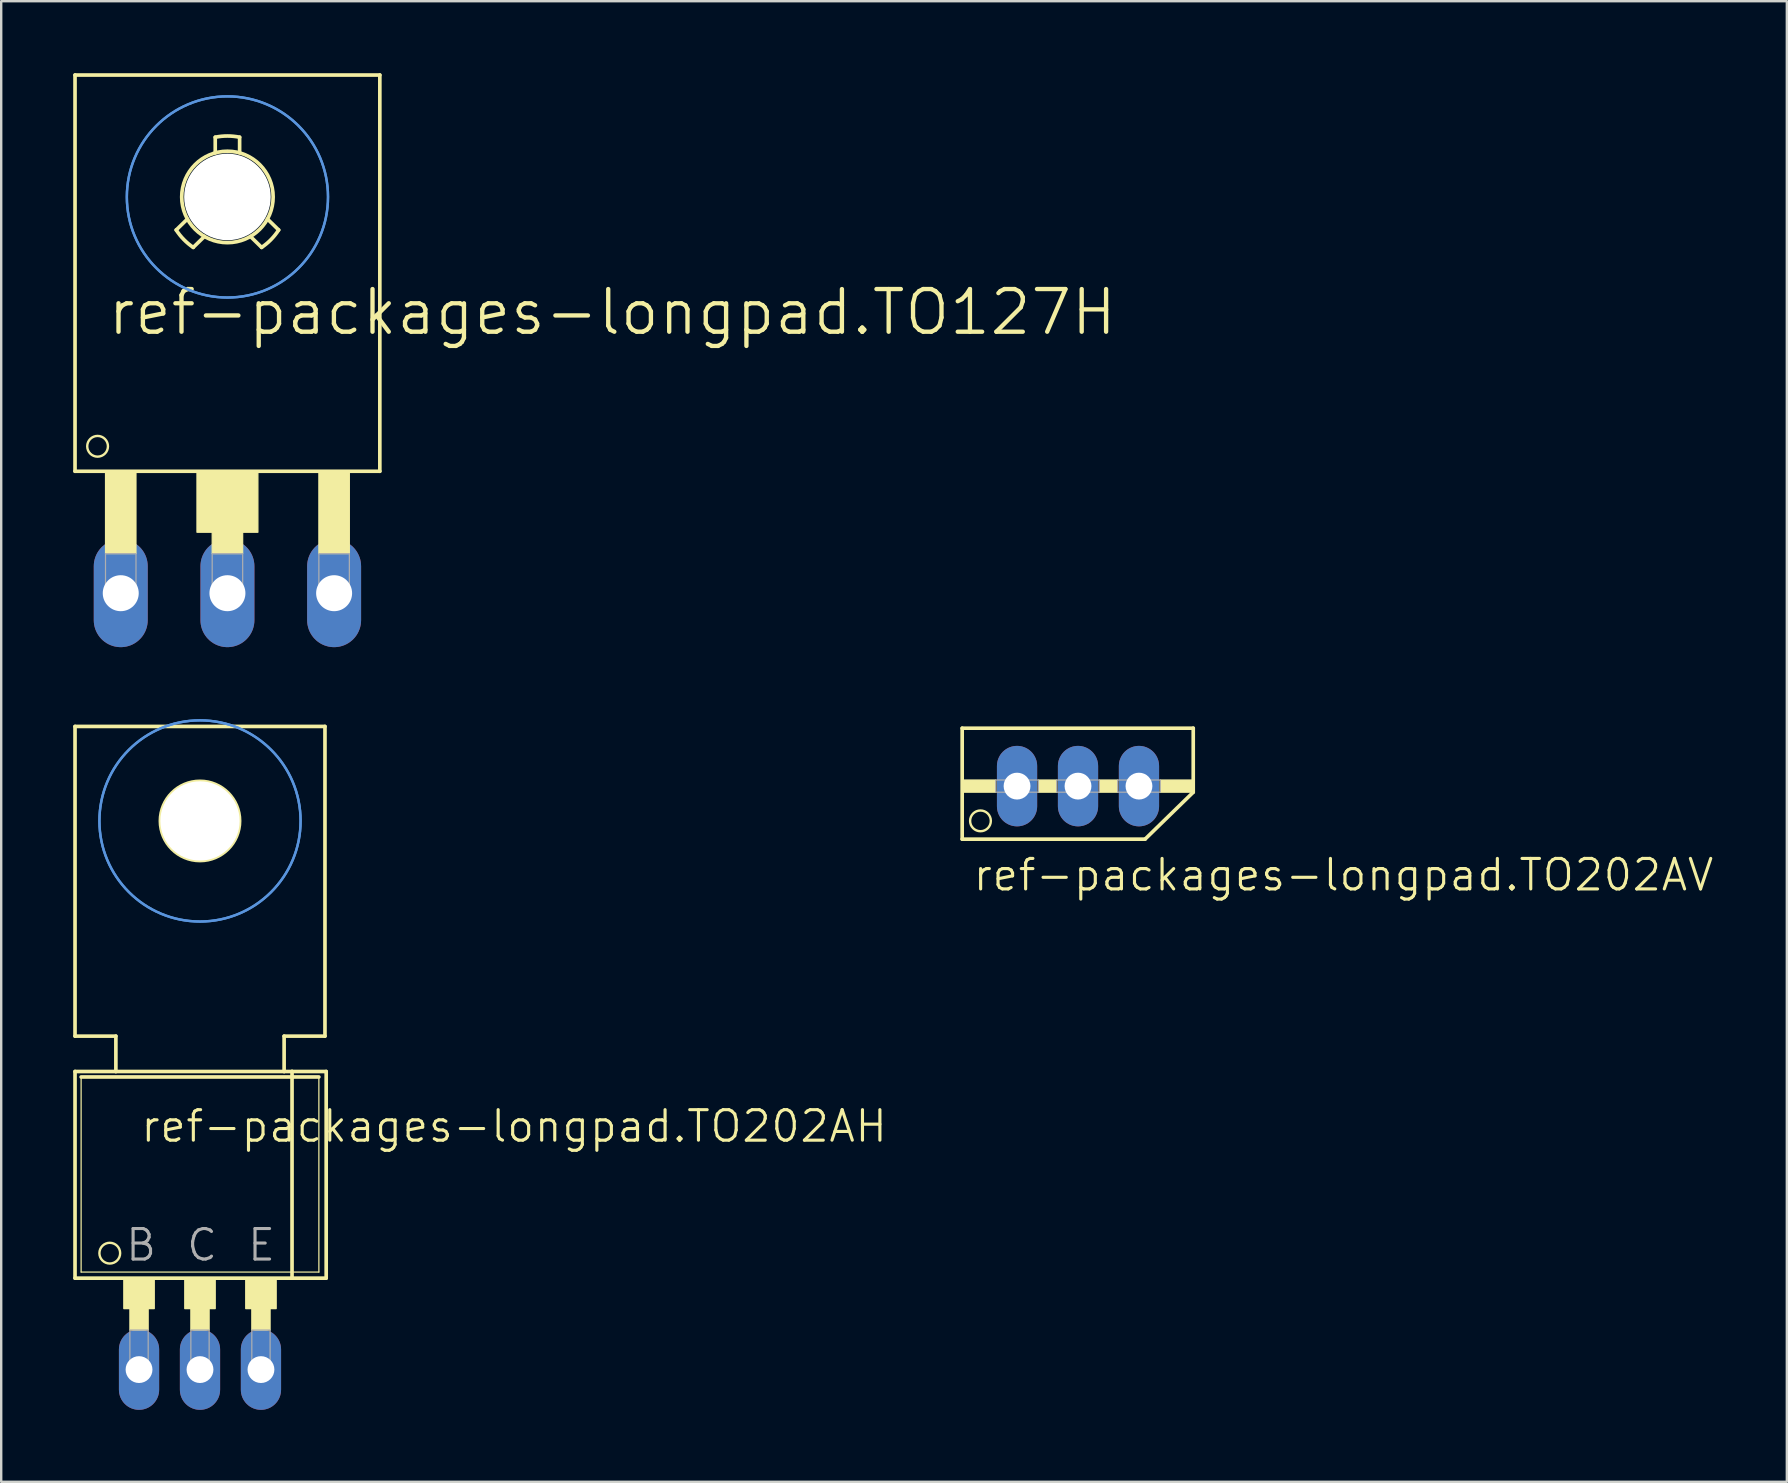
<source format=kicad_pcb>
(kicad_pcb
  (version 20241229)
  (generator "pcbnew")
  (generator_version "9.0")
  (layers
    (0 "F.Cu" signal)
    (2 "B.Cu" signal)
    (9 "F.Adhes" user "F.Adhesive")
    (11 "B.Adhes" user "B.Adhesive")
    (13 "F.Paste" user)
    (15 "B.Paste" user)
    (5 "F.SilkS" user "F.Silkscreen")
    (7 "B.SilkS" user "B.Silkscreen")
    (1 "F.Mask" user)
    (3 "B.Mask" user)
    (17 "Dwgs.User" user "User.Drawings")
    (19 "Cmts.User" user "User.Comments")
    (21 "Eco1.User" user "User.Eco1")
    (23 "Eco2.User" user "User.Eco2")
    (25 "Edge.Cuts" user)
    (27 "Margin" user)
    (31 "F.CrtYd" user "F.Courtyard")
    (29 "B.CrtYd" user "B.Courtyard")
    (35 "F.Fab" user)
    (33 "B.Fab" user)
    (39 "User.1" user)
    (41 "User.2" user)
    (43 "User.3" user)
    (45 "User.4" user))
  (footprint "ref-packages-longpad.TO202AH"
    (layer "F.Cu")
    (at 5.283 48.935)
    (property "Reference" "ref-packages-longpad.TO202AH" (at -2.54 -4.318 0) (layer "F.SilkS") (effects (font (size 1.27 1.27) (thickness 0.13)) (justify left bottom)))
    (attr through_hole)
    (fp_line (start -5.207 -21.717) (end -5.207 -8.814) (stroke (width 0.152) (type default)) (layer "F.SilkS"))
    (fp_line (start -5.207 -7.341) (end -3.505 -7.341) (stroke (width 0.152) (type default)) (layer "F.SilkS"))
    (fp_line (start -5.207 1.27) (end -5.207 -7.341) (stroke (width 0.152) (type default)) (layer "F.SilkS"))
    (fp_line (start -5.207 1.27) (end 3.835 1.27) (stroke (width 0.152) (type default)) (layer "F.SilkS"))
    (fp_line (start -4.953 1.016) (end -4.953 -7.112) (stroke (width 0.051) (type default)) (layer "F.SilkS"))
    (fp_line (start -4.953 1.016) (end 4.953 1.016) (stroke (width 0.051) (type default)) (layer "F.SilkS"))
    (fp_line (start -3.505 -8.814) (end -5.207 -8.814) (stroke (width 0.152) (type default)) (layer "F.SilkS"))
    (fp_line (start -3.505 -7.341) (end -3.505 -8.814) (stroke (width 0.152) (type default)) (layer "F.SilkS"))
    (fp_line (start -3.505 -7.341) (end 3.505 -7.341) (stroke (width 0.152) (type default)) (layer "F.SilkS"))
    (fp_line (start 3.505 -8.814) (end 3.505 -7.341) (stroke (width 0.152) (type default)) (layer "F.SilkS"))
    (fp_line (start 3.505 -7.341) (end 3.835 -7.341) (stroke (width 0.152) (type default)) (layer "F.SilkS"))
    (fp_line (start 3.835 -7.341) (end 5.258 -7.341) (stroke (width 0.152) (type default)) (layer "F.SilkS"))
    (fp_line (start 3.835 1.27) (end 3.835 -7.341) (stroke (width 0.152) (type default)) (layer "F.SilkS"))
    (fp_line (start 3.835 1.27) (end 5.258 1.27) (stroke (width 0.152) (type default)) (layer "F.SilkS"))
    (fp_line (start 4.953 -7.112) (end -4.953 -7.112) (stroke (width 0.152) (type default)) (layer "F.SilkS"))
    (fp_line (start 4.953 -7.112) (end 4.953 1.016) (stroke (width 0.051) (type default)) (layer "F.SilkS"))
    (fp_line (start 5.207 -21.717) (end -5.207 -21.717) (stroke (width 0.152) (type default)) (layer "F.SilkS"))
    (fp_line (start 5.207 -21.717) (end 5.207 -8.814) (stroke (width 0.152) (type default)) (layer "F.SilkS"))
    (fp_line (start 5.207 -8.814) (end 3.505 -8.814) (stroke (width 0.152) (type default)) (layer "F.SilkS"))
    (fp_line (start 5.258 1.27) (end 5.258 -7.341) (stroke (width 0.152) (type default)) (layer "F.SilkS"))
    (fp_rect (start -3.175 2.54) (end -1.905 1.27) (stroke (width 0.05) (type default)) (fill yes) (layer "F.SilkS"))
    (fp_rect (start -2.921 3.429) (end -2.159 2.54) (stroke (width 0.05) (type default)) (fill yes) (layer "F.SilkS"))
    (fp_rect (start -0.635 2.54) (end 0.635 1.27) (stroke (width 0.05) (type default)) (fill yes) (layer "F.SilkS"))
    (fp_rect (start -0.381 3.429) (end 0.381 2.54) (stroke (width 0.05) (type default)) (fill yes) (layer "F.SilkS"))
    (fp_rect (start 1.905 2.54) (end 3.175 1.27) (stroke (width 0.05) (type default)) (fill yes) (layer "F.SilkS"))
    (fp_rect (start 2.159 3.429) (end 2.921 2.54) (stroke (width 0.05) (type default)) (fill yes) (layer "F.SilkS"))
    (fp_circle (center -3.759 0.229) (end -3.327 0.229) (stroke (width 0.1) (type default)) (fill no) (layer "F.SilkS"))
    (fp_circle (center 0 -17.78) (end 1.651 -17.78) (stroke (width 0.152) (type default)) (fill no) (layer "F.SilkS"))
    (fp_circle (center 0 -17.78) (end 4.191 -17.78) (stroke (width 0.1) (type default)) (fill no) (layer "Cmts.User"))
    (fp_circle (center 0 -17.78) (end 4.191 -17.78) (stroke (width 0.1) (type default)) (fill no) (layer "Cmts.User"))
    (fp_rect (start -2.921 5.08) (end -2.159 3.429) (stroke (width 0.05) (type default)) (fill no) (layer "F.Fab"))
    (fp_rect (start -0.381 5.08) (end 0.381 3.429) (stroke (width 0.05) (type default)) (fill no) (layer "F.Fab"))
    (fp_rect (start 2.159 5.08) (end 2.921 3.429) (stroke (width 0.05) (type default)) (fill no) (layer "F.Fab"))
    (fp_text user "B" (at -3.175 0.635 0) (layer "F.Fab") (effects (font (size 1.27 1.27) (thickness 0.13)) (justify left bottom)))
    (fp_text user "E" (at 1.905 0.635 0) (layer "F.Fab") (effects (font (size 1.27 1.27) (thickness 0.13)) (justify left bottom)))
    (fp_text user "C" (at -0.635 0.635 0) (layer "F.Fab") (effects (font (size 1.27 1.27) (thickness 0.13)) (justify left bottom)))
    (pad "" np_thru_hole circle (at 0 -17.78) (size 3.302 3.302) (drill 3.302) (layers "*.Cu" "*.Mask"))
    (pad "B" thru_hole oval (at -2.54 5.08 90) (size 3.353 1.676) (drill 1.118) (layers "*.Cu" "*.Mask"))
    (pad "C" thru_hole oval (at 0 5.08 90) (size 3.353 1.676) (drill 1.118) (layers "*.Cu" "*.Mask"))
    (pad "E" thru_hole oval (at 2.54 5.08 90) (size 3.353 1.676) (drill 1.118) (layers "*.Cu" "*.Mask")))
  (footprint "ref-packages-longpad.TO127H"
    (layer "F.Cu")
    (at 6.426 8.966)
    (property "Reference" "ref-packages-longpad.TO127H" (at -5.08 2.032 0) (layer "F.SilkS") (effects (font (size 1.778 1.778) (thickness 0.18)) (justify left bottom)))
    (attr through_hole)
    (fp_line (start -6.35 -8.89) (end 6.35 -8.89) (stroke (width 0.152) (type default)) (layer "F.SilkS"))
    (fp_line (start -6.35 7.62) (end -6.35 -8.89) (stroke (width 0.152) (type default)) (layer "F.SilkS"))
    (fp_line (start -6.35 7.62) (end 6.35 7.62) (stroke (width 0.152) (type default)) (layer "F.SilkS"))
    (fp_line (start -2.135 -2.434) (end -1.668 -2.89) (stroke (width 0.152) (type default)) (layer "F.SilkS"))
    (fp_line (start -1.425 -1.708) (end -0.958 -2.164) (stroke (width 0.152) (type default)) (layer "F.SilkS"))
    (fp_line (start -0.508 -5.646) (end -0.508 -6.299) (stroke (width 0.152) (type default)) (layer "F.SilkS"))
    (fp_line (start 0.508 -5.646) (end 0.508 -6.299) (stroke (width 0.152) (type default)) (layer "F.SilkS"))
    (fp_line (start 0.958 -2.164) (end 1.425 -1.708) (stroke (width 0.152) (type default)) (layer "F.SilkS"))
    (fp_line (start 1.668 -2.89) (end 2.135 -2.434) (stroke (width 0.152) (type default)) (layer "F.SilkS"))
    (fp_line (start 6.35 -8.89) (end 6.35 7.62) (stroke (width 0.152) (type default)) (layer "F.SilkS"))
    (fp_rect (start -5.08 11.049) (end -3.81 7.62) (stroke (width 0.05) (type default)) (fill yes) (layer "F.SilkS"))
    (fp_rect (start -1.27 10.16) (end 1.27 7.62) (stroke (width 0.05) (type default)) (fill yes) (layer "F.SilkS"))
    (fp_rect (start -0.635 11.049) (end 0.635 7.62) (stroke (width 0.05) (type default)) (fill yes) (layer "F.SilkS"))
    (fp_rect (start 3.81 11.049) (end 5.08 7.62) (stroke (width 0.05) (type default)) (fill yes) (layer "F.SilkS"))
    (fp_arc (start -1.4251 -1.7075) (mid -1.816805 -2.034989) (end -2.1351 -2.4342) (stroke (width 0.1524) (type default)) (layer "F.SilkS"))
    (fp_arc (start -0.508 -6.2987) (mid 0 -6.350018) (end 0.508 -6.2987) (stroke (width 0.1524) (type default)) (layer "F.SilkS"))
    (fp_arc (start 2.1351 -2.4342) (mid 1.816805 -2.034989) (end 1.4251 -1.7075) (stroke (width 0.1524) (type default)) (layer "F.SilkS"))
    (fp_circle (center -5.41 6.579) (end -4.978 6.579) (stroke (width 0.1) (type default)) (fill no) (layer "F.SilkS"))
    (fp_circle (center 0 -3.81) (end 1.905 -3.81) (stroke (width 0.152) (type default)) (fill no) (layer "F.SilkS"))
    (fp_circle (center 0 -3.81) (end 4.191 -3.81) (stroke (width 0.1) (type default)) (fill no) (layer "Cmts.User"))
    (fp_circle (center 0 -3.81) (end 4.191 -3.81) (stroke (width 0.1) (type default)) (fill no) (layer "Cmts.User"))
    (fp_rect (start -5.08 12.827) (end -3.81 11.049) (stroke (width 0.05) (type default)) (fill no) (layer "F.Fab"))
    (fp_rect (start -0.635 12.827) (end 0.635 11.049) (stroke (width 0.05) (type default)) (fill no) (layer "F.Fab"))
    (fp_rect (start 3.81 12.827) (end 5.08 11.049) (stroke (width 0.05) (type default)) (fill no) (layer "F.Fab"))
    (pad "" np_thru_hole circle (at 0 -3.81) (size 3.607 3.607) (drill 3.607) (layers "*.Cu" "*.Mask"))
    (pad "B" thru_hole oval (at -4.445 12.7 90) (size 4.496 2.248) (drill 1.499) (layers "*.Cu" "*.Mask"))
    (pad "C" thru_hole oval (at 0 12.7 90) (size 4.496 2.248) (drill 1.499) (layers "*.Cu" "*.Mask"))
    (pad "E" thru_hole oval (at 4.445 12.7 90) (size 4.496 2.248) (drill 1.499) (layers "*.Cu" "*.Mask")))
  (footprint "ref-packages-longpad.TO202AV"
    (layer "F.Cu")
    (at 41.866 27.164)
    (property "Reference" "ref-packages-longpad.TO202AV" (at -4.445 6.985 0) (layer "F.SilkS") (effects (font (size 1.27 1.27) (thickness 0.13)) (justify left bottom)))
    (attr through_hole)
    (fp_line (start -4.826 0.127) (end 4.801 0.127) (stroke (width 0.152) (type default)) (layer "F.SilkS"))
    (fp_line (start -4.826 4.75) (end -4.826 0.127) (stroke (width 0.152) (type default)) (layer "F.SilkS"))
    (fp_line (start -4.826 4.75) (end 2.794 4.75) (stroke (width 0.152) (type default)) (layer "F.SilkS"))
    (fp_line (start 2.794 4.75) (end 4.801 2.794) (stroke (width 0.152) (type default)) (layer "F.SilkS"))
    (fp_line (start 4.801 0.127) (end 4.801 2.794) (stroke (width 0.152) (type default)) (layer "F.SilkS"))
    (fp_rect (start -4.826 2.794) (end -3.429 2.286) (stroke (width 0.05) (type default)) (fill yes) (layer "F.SilkS"))
    (fp_rect (start -1.651 2.794) (end -0.889 2.286) (stroke (width 0.05) (type default)) (fill yes) (layer "F.SilkS"))
    (fp_rect (start 0.889 2.794) (end 1.651 2.286) (stroke (width 0.05) (type default)) (fill yes) (layer "F.SilkS"))
    (fp_rect (start 3.429 2.794) (end 4.826 2.286) (stroke (width 0.05) (type default)) (fill yes) (layer "F.SilkS"))
    (fp_circle (center -4.064 3.988) (end -3.632 3.988) (stroke (width 0.1) (type default)) (fill no) (layer "F.SilkS"))
    (fp_rect (start -3.429 2.794) (end -1.651 2.286) (stroke (width 0.05) (type default)) (fill no) (layer "F.Fab"))
    (fp_rect (start -0.889 2.794) (end 0.889 2.286) (stroke (width 0.05) (type default)) (fill no) (layer "F.Fab"))
    (fp_rect (start 1.651 2.794) (end 3.429 2.286) (stroke (width 0.05) (type default)) (fill no) (layer "F.Fab"))
    (pad "B" thru_hole oval (at -2.54 2.54 90) (size 3.353 1.676) (drill 1.118) (layers "*.Cu" "*.Mask"))
    (pad "C" thru_hole oval (at 0 2.54 90) (size 3.353 1.676) (drill 1.118) (layers "*.Cu" "*.Mask"))
    (pad "E" thru_hole oval (at 2.54 2.54 90) (size 3.353 1.676) (drill 1.118) (layers "*.Cu" "*.Mask")))
  (gr_rect
    (start -3 -3)
    (end 71.4 58.691)
    (stroke (width 0.1) (type default))
    (fill no)
    (layer "Edge.Cuts")))
</source>
